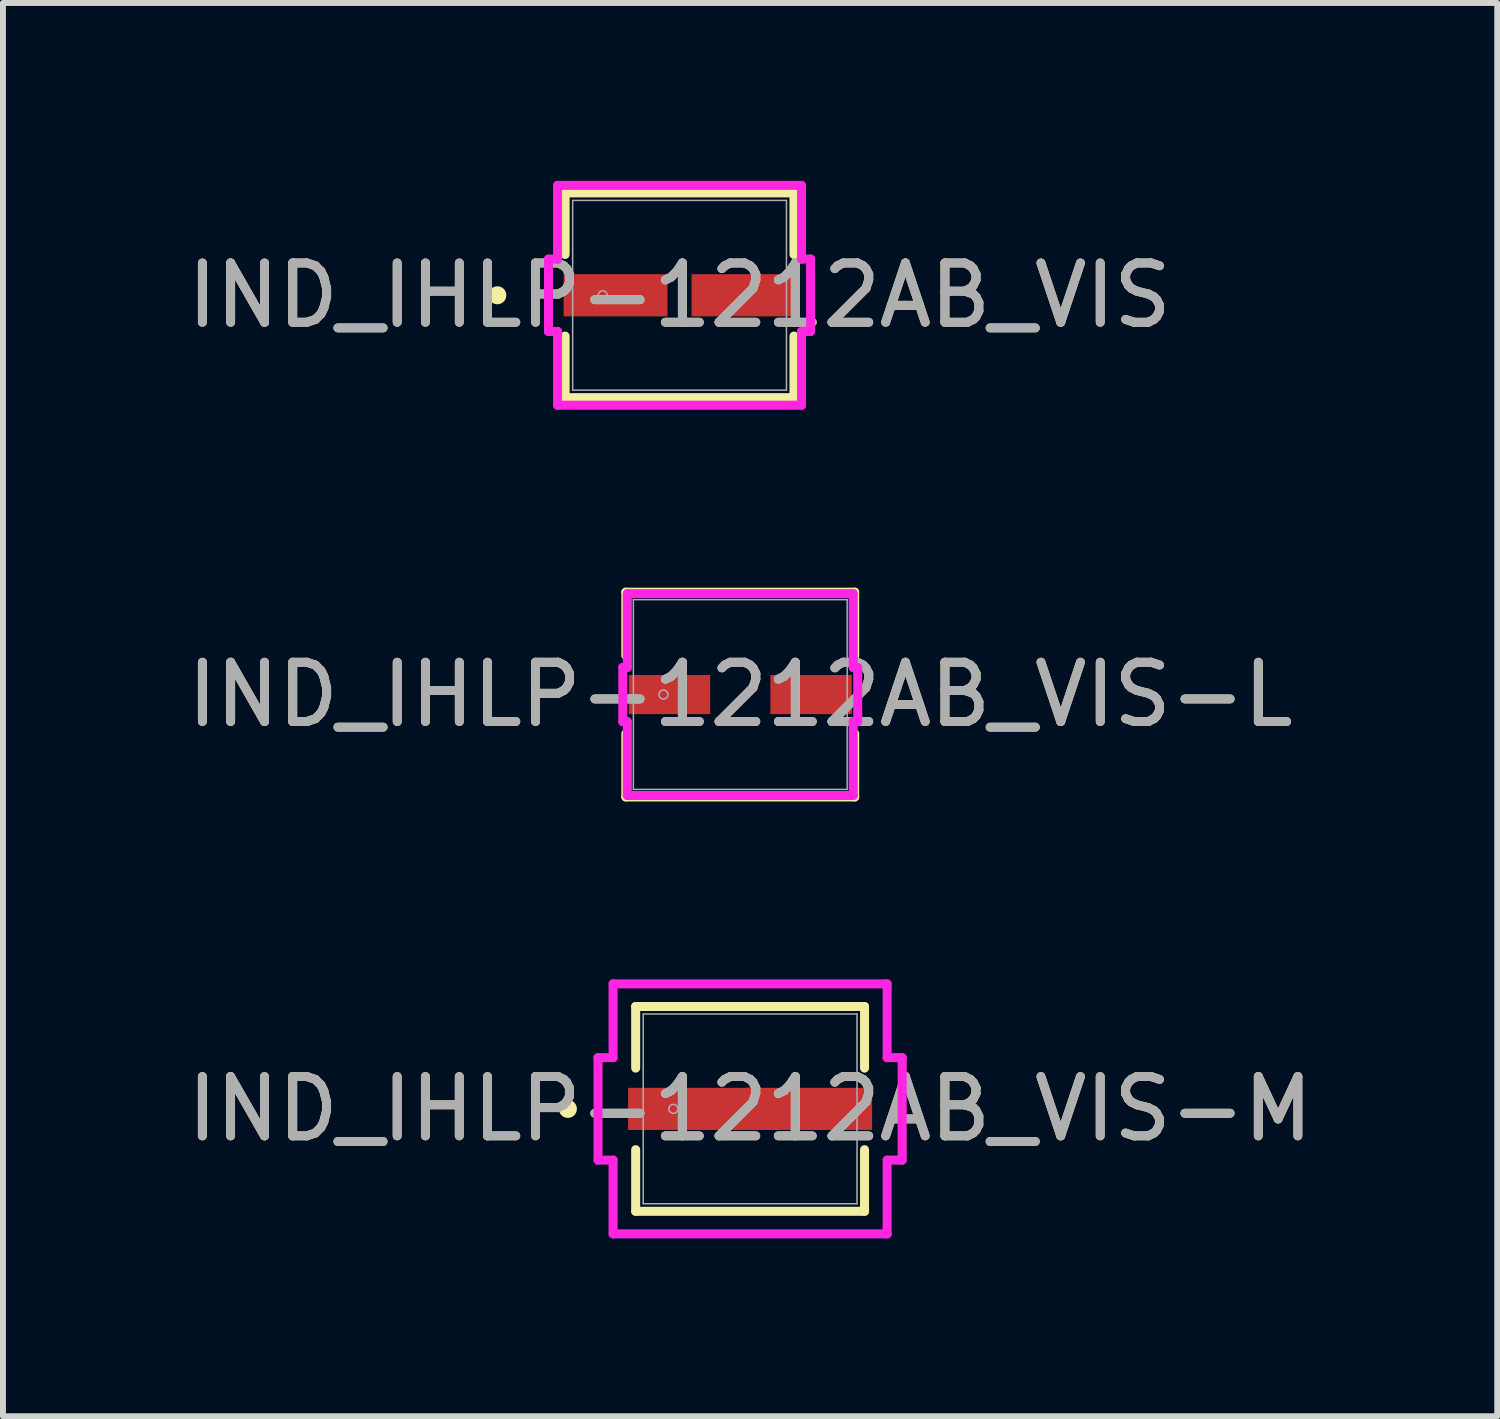
<source format=kicad_pcb>
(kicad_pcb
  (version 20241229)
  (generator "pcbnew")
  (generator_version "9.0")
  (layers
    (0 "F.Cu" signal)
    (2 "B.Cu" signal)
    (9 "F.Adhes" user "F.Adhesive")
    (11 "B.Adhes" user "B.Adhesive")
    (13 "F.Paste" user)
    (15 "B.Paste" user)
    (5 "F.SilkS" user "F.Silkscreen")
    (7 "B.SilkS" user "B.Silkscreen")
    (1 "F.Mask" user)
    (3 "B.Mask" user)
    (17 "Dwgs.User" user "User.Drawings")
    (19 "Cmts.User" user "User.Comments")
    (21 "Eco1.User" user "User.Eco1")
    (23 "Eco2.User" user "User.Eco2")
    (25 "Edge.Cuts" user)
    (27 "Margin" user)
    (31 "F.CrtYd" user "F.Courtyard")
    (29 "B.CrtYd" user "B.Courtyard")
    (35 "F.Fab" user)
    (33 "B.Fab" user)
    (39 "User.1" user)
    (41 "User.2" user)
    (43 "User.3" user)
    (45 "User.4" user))
  (footprint "IND_IHLP-1212AB_VIS-M"
    (layer "F.Cu")
    (at 9.601 15.652)
    (property "Reference" "IND_IHLP-1212AB_VIS-M" (at 0 0 0) (unlocked yes) (layer "F.SilkS") (effects (font (size 1 1) (thickness 0.15))))
    (attr smd)
    (fp_line (start -1.93 -1.727) (end -1.93 -0.688) (stroke (width 0.152) (type solid)) (layer "F.SilkS"))
    (fp_line (start -1.93 0.688) (end -1.93 1.727) (stroke (width 0.152) (type solid)) (layer "F.SilkS"))
    (fp_line (start -1.93 1.727) (end 1.93 1.727) (stroke (width 0.152) (type solid)) (layer "F.SilkS"))
    (fp_line (start 1.93 -1.727) (end -1.93 -1.727) (stroke (width 0.152) (type solid)) (layer "F.SilkS"))
    (fp_line (start 1.93 -0.688) (end 1.93 -1.727) (stroke (width 0.152) (type solid)) (layer "F.SilkS"))
    (fp_line (start 1.93 1.727) (end 1.93 0.688) (stroke (width 0.152) (type solid)) (layer "F.SilkS"))
    (fp_circle (center -3.073 0) (end -2.997 0) (stroke (width 0.152) (type solid)) (fill no) (layer "F.SilkS"))
    (fp_line (start -2.565 -0.864) (end -2.311 -0.864) (stroke (width 0.152) (type solid)) (layer "F.CrtYd"))
    (fp_line (start -2.565 0.864) (end -2.565 -0.864) (stroke (width 0.152) (type solid)) (layer "F.CrtYd"))
    (fp_line (start -2.311 -2.108) (end 2.311 -2.108) (stroke (width 0.152) (type solid)) (layer "F.CrtYd"))
    (fp_line (start -2.311 -0.864) (end -2.311 -2.108) (stroke (width 0.152) (type solid)) (layer "F.CrtYd"))
    (fp_line (start -2.311 0.864) (end -2.565 0.864) (stroke (width 0.152) (type solid)) (layer "F.CrtYd"))
    (fp_line (start -2.311 2.108) (end -2.311 0.864) (stroke (width 0.152) (type solid)) (layer "F.CrtYd"))
    (fp_line (start 2.311 -2.108) (end 2.311 -0.864) (stroke (width 0.152) (type solid)) (layer "F.CrtYd"))
    (fp_line (start 2.311 -0.864) (end 2.565 -0.864) (stroke (width 0.152) (type solid)) (layer "F.CrtYd"))
    (fp_line (start 2.311 0.864) (end 2.311 2.108) (stroke (width 0.152) (type solid)) (layer "F.CrtYd"))
    (fp_line (start 2.311 2.108) (end -2.311 2.108) (stroke (width 0.152) (type solid)) (layer "F.CrtYd"))
    (fp_line (start 2.565 -0.864) (end 2.565 0.864) (stroke (width 0.152) (type solid)) (layer "F.CrtYd"))
    (fp_line (start 2.565 0.864) (end 2.311 0.864) (stroke (width 0.152) (type solid)) (layer "F.CrtYd"))
    (fp_line (start -1.803 -1.6) (end -1.803 1.6) (stroke (width 0.025) (type solid)) (layer "F.Fab"))
    (fp_line (start -1.803 1.6) (end 1.803 1.6) (stroke (width 0.025) (type solid)) (layer "F.Fab"))
    (fp_line (start 1.803 -1.6) (end -1.803 -1.6) (stroke (width 0.025) (type solid)) (layer "F.Fab"))
    (fp_line (start 1.803 1.6) (end 1.803 -1.6) (stroke (width 0.025) (type solid)) (layer "F.Fab"))
    (fp_circle (center -1.295 0) (end -1.219 0) (stroke (width 0.025) (type solid)) (fill no) (layer "F.Fab"))
    (fp_text user "${REFERENCE}" (at 0 0 0) (unlocked yes) (layer "F.Fab") (effects (font (size 1 1) (thickness 0.15))))
    (pad "1" smd rect (at -0.991 0 90) (size 0.711 2.134) (layers "F.Cu" "F.Mask" "F.Paste"))
    (pad "2" smd rect (at 0.991 0 90) (size 0.711 2.134) (layers "F.Cu" "F.Mask" "F.Paste"))
    (zone (net_name "") (layer "F.Cu") (hatch full 0.508) (connect_pads) (min_thickness 0.254) (filled_areas_thickness no) (keepout (tracks not_allowed) (vias not_allowed) (pads allowed) (copperpour not_allowed) (footprints allowed)) (placement (enabled no)) (fill) (polygon (pts (xy 7.849 14.103) (xy 11.354 14.103) (xy 11.354 15.246) (xy 7.849 15.246))))
    (zone (net_name "") (layer "F.Cu") (hatch full 0.508) (connect_pads) (min_thickness 0.254) (filled_areas_thickness no) (keepout (tracks not_allowed) (vias not_allowed) (pads allowed) (copperpour not_allowed) (footprints allowed)) (placement (enabled no)) (fill) (polygon (pts (xy 7.849 16.058) (xy 11.354 16.058) (xy 11.354 17.201) (xy 7.849 17.201))))
    (zone (net_name "") (layer "F.Cu") (hatch full 0.508) (connect_pads) (min_thickness 0.254) (filled_areas_thickness no) (keepout (tracks not_allowed) (vias not_allowed) (pads allowed) (copperpour not_allowed) (footprints allowed)) (placement (enabled no)) (fill) (polygon (pts (xy 9.728 15.246) (xy 9.474 15.246) (xy 9.474 16.058) (xy 9.728 16.058)))))
  (footprint "IND_IHLP-1212AB_VIS"
    (layer "F.Cu")
    (at 8.411 1.93)
    (property "Reference" "IND_IHLP-1212AB_VIS" (at 0 0 0) (unlocked yes) (layer "F.SilkS") (effects (font (size 1 1) (thickness 0.15))))
    (attr smd)
    (fp_line (start -1.93 -1.727) (end -1.93 -0.688) (stroke (width 0.152) (type solid)) (layer "F.SilkS"))
    (fp_line (start -1.93 0.688) (end -1.93 1.727) (stroke (width 0.152) (type solid)) (layer "F.SilkS"))
    (fp_line (start -1.93 1.727) (end 1.93 1.727) (stroke (width 0.152) (type solid)) (layer "F.SilkS"))
    (fp_line (start 1.93 -1.727) (end -1.93 -1.727) (stroke (width 0.152) (type solid)) (layer "F.SilkS"))
    (fp_line (start 1.93 -0.688) (end 1.93 -1.727) (stroke (width 0.152) (type solid)) (layer "F.SilkS"))
    (fp_line (start 1.93 1.727) (end 1.93 0.688) (stroke (width 0.152) (type solid)) (layer "F.SilkS"))
    (fp_circle (center -3.073 0) (end -2.997 0) (stroke (width 0.152) (type solid)) (fill no) (layer "F.SilkS"))
    (fp_line (start -2.21 -0.61) (end -2.057 -0.61) (stroke (width 0.152) (type solid)) (layer "F.CrtYd"))
    (fp_line (start -2.21 0.61) (end -2.21 -0.61) (stroke (width 0.152) (type solid)) (layer "F.CrtYd"))
    (fp_line (start -2.057 -1.854) (end 2.057 -1.854) (stroke (width 0.152) (type solid)) (layer "F.CrtYd"))
    (fp_line (start -2.057 -0.61) (end -2.057 -1.854) (stroke (width 0.152) (type solid)) (layer "F.CrtYd"))
    (fp_line (start -2.057 0.61) (end -2.21 0.61) (stroke (width 0.152) (type solid)) (layer "F.CrtYd"))
    (fp_line (start -2.057 1.854) (end -2.057 0.61) (stroke (width 0.152) (type solid)) (layer "F.CrtYd"))
    (fp_line (start 2.057 -1.854) (end 2.057 -0.61) (stroke (width 0.152) (type solid)) (layer "F.CrtYd"))
    (fp_line (start 2.057 -0.61) (end 2.21 -0.61) (stroke (width 0.152) (type solid)) (layer "F.CrtYd"))
    (fp_line (start 2.057 0.61) (end 2.057 1.854) (stroke (width 0.152) (type solid)) (layer "F.CrtYd"))
    (fp_line (start 2.057 1.854) (end -2.057 1.854) (stroke (width 0.152) (type solid)) (layer "F.CrtYd"))
    (fp_line (start 2.21 -0.61) (end 2.21 0.61) (stroke (width 0.152) (type solid)) (layer "F.CrtYd"))
    (fp_line (start 2.21 0.61) (end 2.057 0.61) (stroke (width 0.152) (type solid)) (layer "F.CrtYd"))
    (fp_line (start -1.803 -1.6) (end -1.803 1.6) (stroke (width 0.025) (type solid)) (layer "F.Fab"))
    (fp_line (start -1.803 1.6) (end 1.803 1.6) (stroke (width 0.025) (type solid)) (layer "F.Fab"))
    (fp_line (start 1.803 -1.6) (end -1.803 -1.6) (stroke (width 0.025) (type solid)) (layer "F.Fab"))
    (fp_line (start 1.803 1.6) (end 1.803 -1.6) (stroke (width 0.025) (type solid)) (layer "F.Fab"))
    (fp_circle (center -1.295 0) (end -1.219 0) (stroke (width 0.025) (type solid)) (fill no) (layer "F.Fab"))
    (fp_text user "${REFERENCE}" (at 0 0 0) (unlocked yes) (layer "F.Fab") (effects (font (size 1 1) (thickness 0.15))))
    (pad "1" smd rect (at -1.079 0 90) (size 0.711 1.753) (layers "F.Cu" "F.Mask" "F.Paste"))
    (pad "2" smd rect (at 1.079 0 90) (size 0.711 1.753) (layers "F.Cu" "F.Mask" "F.Paste"))
    (zone (net_name "") (layer "F.Cu") (hatch full 0.508) (connect_pads) (min_thickness 0.254) (filled_areas_thickness no) (keepout (tracks not_allowed) (vias not_allowed) (pads allowed) (copperpour not_allowed) (footprints allowed)) (placement (enabled no)) (fill) (polygon (pts (xy 6.658 0.381) (xy 10.163 0.381) (xy 10.163 1.524) (xy 6.658 1.524))))
    (zone (net_name "") (layer "F.Cu") (hatch full 0.508) (connect_pads) (min_thickness 0.254) (filled_areas_thickness no) (keepout (tracks not_allowed) (vias not_allowed) (pads allowed) (copperpour not_allowed) (footprints allowed)) (placement (enabled no)) (fill) (polygon (pts (xy 6.658 2.337) (xy 10.163 2.337) (xy 10.163 3.48) (xy 6.658 3.48))))
    (zone (net_name "") (layer "F.Cu") (hatch full 0.508) (connect_pads) (min_thickness 0.254) (filled_areas_thickness no) (keepout (tracks not_allowed) (vias not_allowed) (pads allowed) (copperpour not_allowed) (footprints allowed)) (placement (enabled no)) (fill) (polygon (pts (xy 8.258 1.524) (xy 8.563 1.524) (xy 8.563 2.337) (xy 8.258 2.337)))))
  (footprint "IND_IHLP-1212AB_VIS-L"
    (layer "F.Cu")
    (at 9.435 8.664)
    (property "Reference" "IND_IHLP-1212AB_VIS-L" (at 0 0 0) (unlocked yes) (layer "F.SilkS") (effects (font (size 1 1) (thickness 0.15))))
    (attr smd)
    (fp_line (start -1.93 -1.727) (end -1.93 -0.659) (stroke (width 0.152) (type solid)) (layer "F.SilkS"))
    (fp_line (start -1.93 0.659) (end -1.93 1.727) (stroke (width 0.152) (type solid)) (layer "F.SilkS"))
    (fp_line (start -1.93 1.727) (end 1.93 1.727) (stroke (width 0.152) (type solid)) (layer "F.SilkS"))
    (fp_line (start 1.93 -1.727) (end -1.93 -1.727) (stroke (width 0.152) (type solid)) (layer "F.SilkS"))
    (fp_line (start 1.93 -0.659) (end 1.93 -1.727) (stroke (width 0.152) (type solid)) (layer "F.SilkS"))
    (fp_line (start 1.93 1.727) (end 1.93 0.659) (stroke (width 0.152) (type solid)) (layer "F.SilkS"))
    (fp_line (start -1.981 -0.457) (end -1.905 -0.457) (stroke (width 0.152) (type solid)) (layer "F.CrtYd"))
    (fp_line (start -1.981 0.457) (end -1.981 -0.457) (stroke (width 0.152) (type solid)) (layer "F.CrtYd"))
    (fp_line (start -1.905 -1.702) (end 1.905 -1.702) (stroke (width 0.152) (type solid)) (layer "F.CrtYd"))
    (fp_line (start -1.905 -0.457) (end -1.905 -1.702) (stroke (width 0.152) (type solid)) (layer "F.CrtYd"))
    (fp_line (start -1.905 0.457) (end -1.981 0.457) (stroke (width 0.152) (type solid)) (layer "F.CrtYd"))
    (fp_line (start -1.905 1.702) (end -1.905 0.457) (stroke (width 0.152) (type solid)) (layer "F.CrtYd"))
    (fp_line (start 1.905 -1.702) (end 1.905 -0.457) (stroke (width 0.152) (type solid)) (layer "F.CrtYd"))
    (fp_line (start 1.905 -0.457) (end 1.981 -0.457) (stroke (width 0.152) (type solid)) (layer "F.CrtYd"))
    (fp_line (start 1.905 0.457) (end 1.905 1.702) (stroke (width 0.152) (type solid)) (layer "F.CrtYd"))
    (fp_line (start 1.905 1.702) (end -1.905 1.702) (stroke (width 0.152) (type solid)) (layer "F.CrtYd"))
    (fp_line (start 1.981 -0.457) (end 1.981 0.457) (stroke (width 0.152) (type solid)) (layer "F.CrtYd"))
    (fp_line (start 1.981 0.457) (end 1.905 0.457) (stroke (width 0.152) (type solid)) (layer "F.CrtYd"))
    (fp_line (start -1.803 -1.6) (end -1.803 1.6) (stroke (width 0.025) (type solid)) (layer "F.Fab"))
    (fp_line (start -1.803 1.6) (end 1.803 1.6) (stroke (width 0.025) (type solid)) (layer "F.Fab"))
    (fp_line (start 1.803 -1.6) (end -1.803 -1.6) (stroke (width 0.025) (type solid)) (layer "F.Fab"))
    (fp_line (start 1.803 1.6) (end 1.803 -1.6) (stroke (width 0.025) (type solid)) (layer "F.Fab"))
    (fp_circle (center -1.295 0) (end -1.219 0) (stroke (width 0.025) (type solid)) (fill no) (layer "F.Fab"))
    (fp_text user "${REFERENCE}" (at 0 0 0) (unlocked yes) (layer "F.Fab") (effects (font (size 1 1) (thickness 0.15))))
    (pad "1" smd rect (at -1.194 0 90) (size 0.66 1.372) (layers "F.Cu" "F.Mask" "F.Paste"))
    (pad "2" smd rect (at 1.194 0 90) (size 0.66 1.372) (layers "F.Cu" "F.Mask" "F.Paste"))
    (zone (net_name "") (layer "F.Cu") (hatch full 0.508) (connect_pads) (min_thickness 0.254) (filled_areas_thickness no) (keepout (tracks not_allowed) (vias not_allowed) (pads allowed) (copperpour not_allowed) (footprints allowed)) (placement (enabled no)) (fill) (polygon (pts (xy 8.977 8.258) (xy 9.892 8.258) (xy 9.892 9.071) (xy 8.977 9.071)))))
  (gr_rect
    (start -3 -3)
    (end 22.202 20.836)
    (stroke (width 0.1) (type default))
    (fill no)
    (layer "Edge.Cuts")))
</source>
